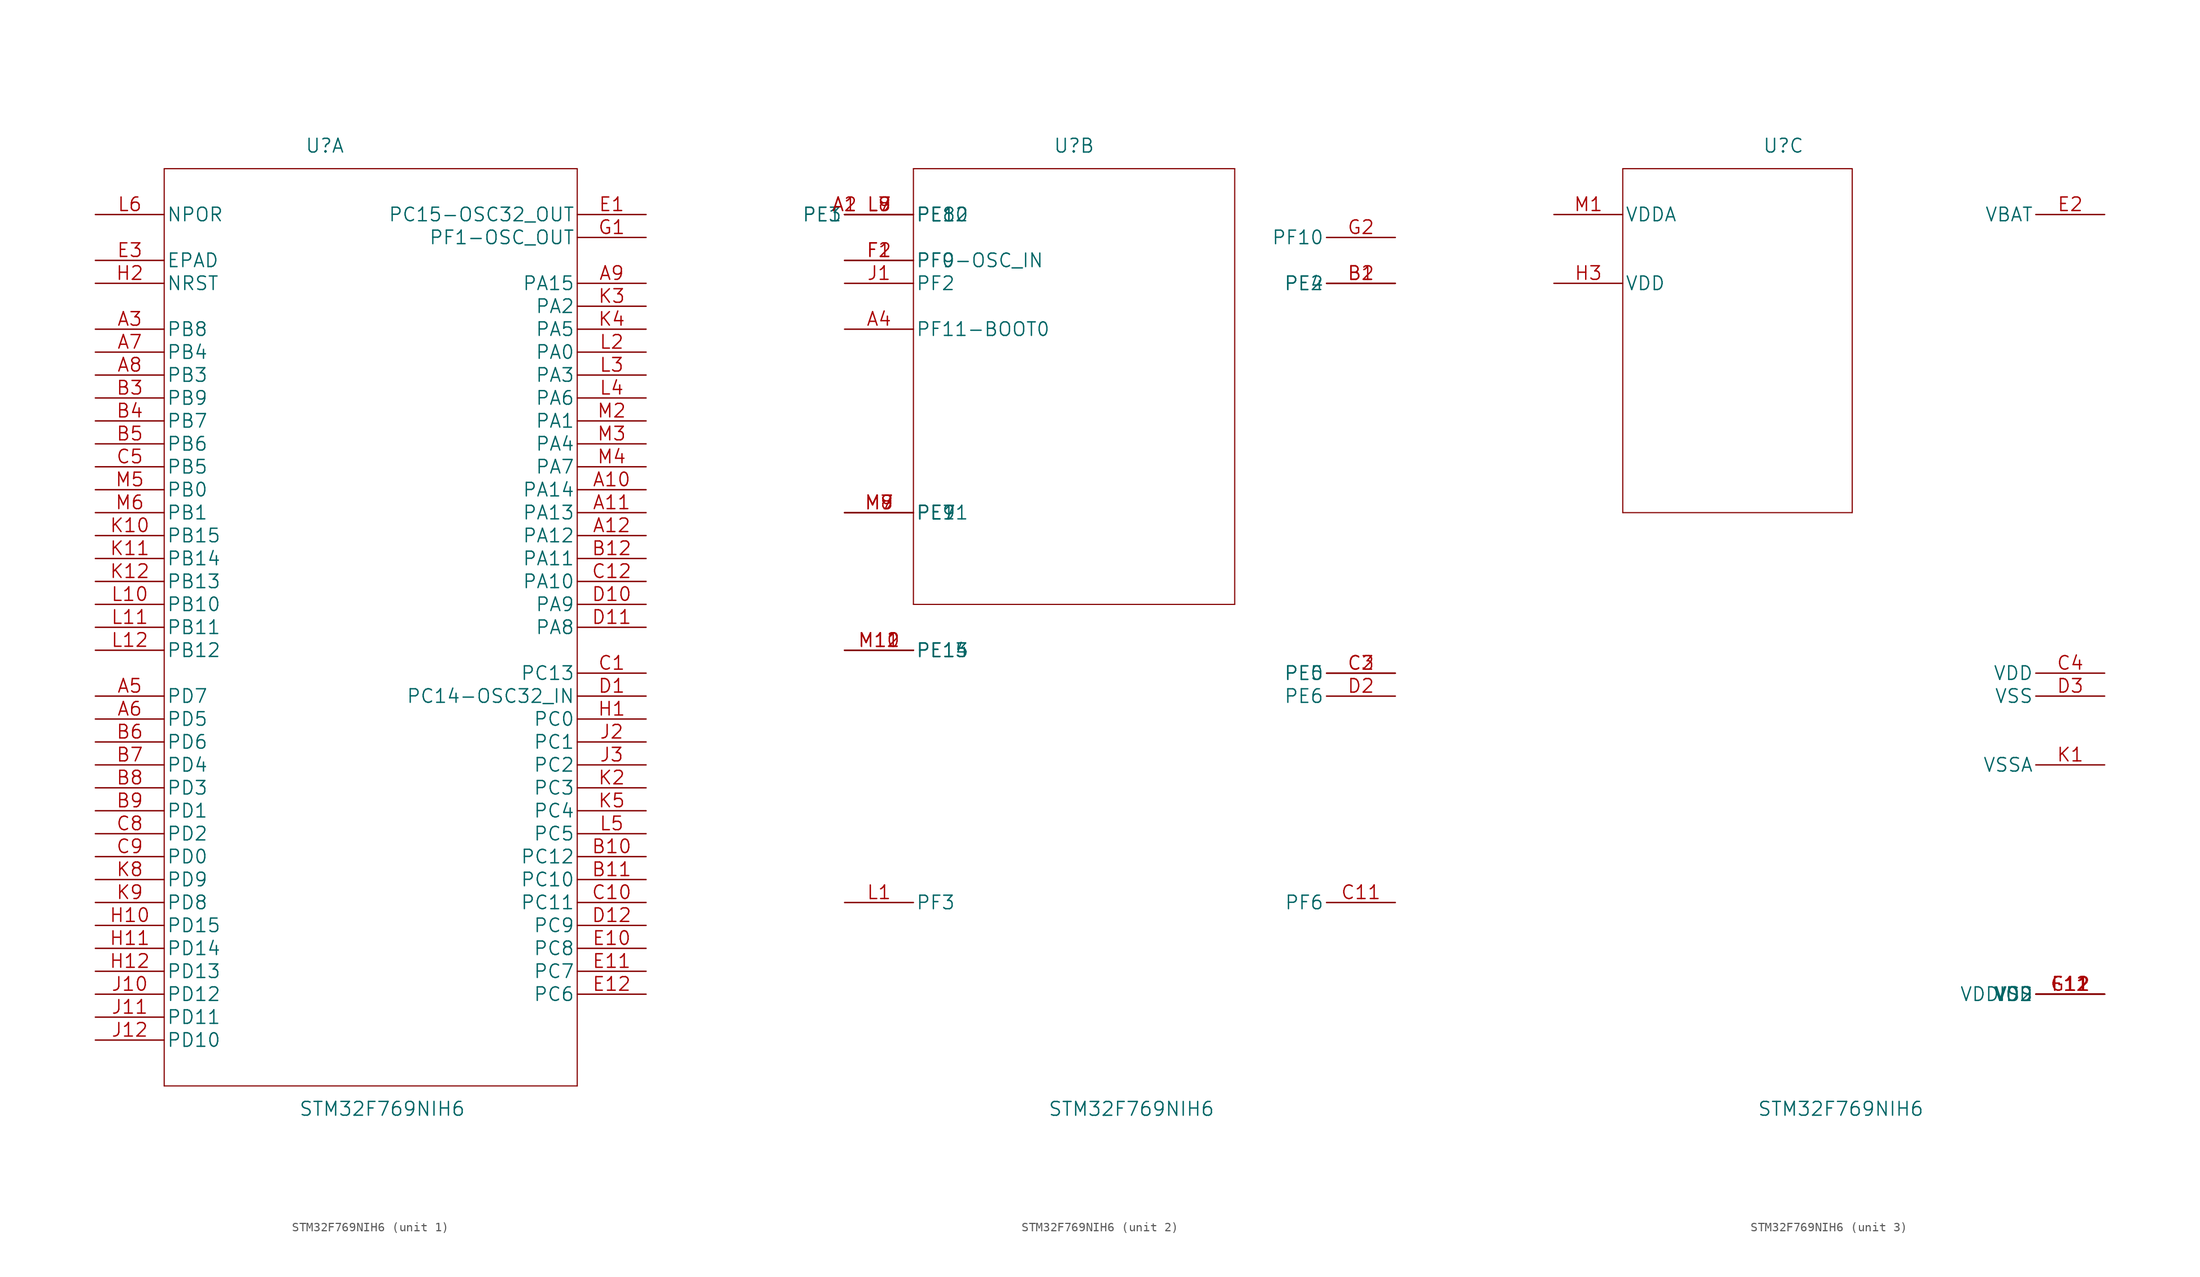
<source format=kicad_sym>
(kicad_symbol_lib
  (version 20211014)
  (generator kicad_symbol_editor)
  (symbol "STM32F769NIH6"
    (pin_names
      (offset 0.254))
    (property "Reference" "U"
      (at 25.4 7.62 0)
      (effects (font (size 1.524 1.524))))
    (property "Value" "STM32F769NIH6"
      (at 31.75 -99.06 0)
      (effects (font (size 1.524 1.524))))
    (property "Datasheet" ""
      (at 0 0 0)
      (effects (font (size 1.524 1.524))))
    (symbol "STM32F769NIH6_1_1"
      (polyline (pts (xy 7.62 -96.52) (xy 53.34 -96.52)) (stroke (width 0.127) (type default) (color 0 0 0 0)) (fill (type none)))
      (polyline (pts (xy 7.62 5.08) (xy 7.62 -96.52)) (stroke (width 0.127) (type default) (color 0 0 0 0)) (fill (type none)))
      (polyline (pts (xy 53.34 -96.52) (xy 53.34 5.08)) (stroke (width 0.127) (type default) (color 0 0 0 0)) (fill (type none)))
      (polyline (pts (xy 53.34 5.08) (xy 7.62 5.08)) (stroke (width 0.127) (type default) (color 0 0 0 0)) (fill (type none)))
      (pin bidirectional line (at 60.96 -30.48 180) (length 7.62) (name "PA14" (effects (font (size 1.499 1.499)))) (number "A10" (effects (font (size 1.499 1.499)))))
      (pin bidirectional line (at 60.96 -33.02 180) (length 7.62) (name "PA13" (effects (font (size 1.499 1.499)))) (number "A11" (effects (font (size 1.499 1.499)))))
      (pin bidirectional line (at 60.96 -35.56 180) (length 7.62) (name "PA12" (effects (font (size 1.499 1.499)))) (number "A12" (effects (font (size 1.499 1.499)))))
      (pin bidirectional line (at 0 -12.7 0) (length 7.62) (name "PB8" (effects (font (size 1.499 1.499)))) (number "A3" (effects (font (size 1.499 1.499)))))
      (pin bidirectional line (at 0 -53.34 0) (length 7.62) (name "PD7" (effects (font (size 1.499 1.499)))) (number "A5" (effects (font (size 1.499 1.499)))))
      (pin bidirectional line (at 0 -55.88 0) (length 7.62) (name "PD5" (effects (font (size 1.499 1.499)))) (number "A6" (effects (font (size 1.499 1.499)))))
      (pin bidirectional line (at 0 -15.24 0) (length 7.62) (name "PB4" (effects (font (size 1.499 1.499)))) (number "A7" (effects (font (size 1.499 1.499)))))
      (pin bidirectional line (at 0 -17.78 0) (length 7.62) (name "PB3" (effects (font (size 1.499 1.499)))) (number "A8" (effects (font (size 1.499 1.499)))))
      (pin bidirectional line (at 60.96 -7.62 180) (length 7.62) (name "PA15" (effects (font (size 1.499 1.499)))) (number "A9" (effects (font (size 1.499 1.499)))))
      (pin bidirectional line (at 60.96 -71.12 180) (length 7.62) (name "PC12" (effects (font (size 1.499 1.499)))) (number "B10" (effects (font (size 1.499 1.499)))))
      (pin bidirectional line (at 60.96 -73.66 180) (length 7.62) (name "PC10" (effects (font (size 1.499 1.499)))) (number "B11" (effects (font (size 1.499 1.499)))))
      (pin bidirectional line (at 60.96 -38.1 180) (length 7.62) (name "PA11" (effects (font (size 1.499 1.499)))) (number "B12" (effects (font (size 1.499 1.499)))))
      (pin bidirectional line (at 0 -20.32 0) (length 7.62) (name "PB9" (effects (font (size 1.499 1.499)))) (number "B3" (effects (font (size 1.499 1.499)))))
      (pin bidirectional line (at 0 -22.86 0) (length 7.62) (name "PB7" (effects (font (size 1.499 1.499)))) (number "B4" (effects (font (size 1.499 1.499)))))
      (pin bidirectional line (at 0 -25.4 0) (length 7.62) (name "PB6" (effects (font (size 1.499 1.499)))) (number "B5" (effects (font (size 1.499 1.499)))))
      (pin bidirectional line (at 0 -58.42 0) (length 7.62) (name "PD6" (effects (font (size 1.499 1.499)))) (number "B6" (effects (font (size 1.499 1.499)))))
      (pin bidirectional line (at 0 -60.96 0) (length 7.62) (name "PD4" (effects (font (size 1.499 1.499)))) (number "B7" (effects (font (size 1.499 1.499)))))
      (pin bidirectional line (at 0 -63.5 0) (length 7.62) (name "PD3" (effects (font (size 1.499 1.499)))) (number "B8" (effects (font (size 1.499 1.499)))))
      (pin bidirectional line (at 0 -66.04 0) (length 7.62) (name "PD1" (effects (font (size 1.499 1.499)))) (number "B9" (effects (font (size 1.499 1.499)))))
      (pin bidirectional line (at 60.96 -50.8 180) (length 7.62) (name "PC13" (effects (font (size 1.499 1.499)))) (number "C1" (effects (font (size 1.499 1.499)))))
      (pin bidirectional line (at 60.96 -76.2 180) (length 7.62) (name "PC11" (effects (font (size 1.499 1.499)))) (number "C10" (effects (font (size 1.499 1.499)))))
      (pin bidirectional line (at 60.96 -40.64 180) (length 7.62) (name "PA10" (effects (font (size 1.499 1.499)))) (number "C12" (effects (font (size 1.499 1.499)))))
      (pin bidirectional line (at 0 -27.94 0) (length 7.62) (name "PB5" (effects (font (size 1.499 1.499)))) (number "C5" (effects (font (size 1.499 1.499)))))
      (pin bidirectional line (at 0 -68.58 0) (length 7.62) (name "PD2" (effects (font (size 1.499 1.499)))) (number "C8" (effects (font (size 1.499 1.499)))))
      (pin bidirectional line (at 0 -71.12 0) (length 7.62) (name "PD0" (effects (font (size 1.499 1.499)))) (number "C9" (effects (font (size 1.499 1.499)))))
      (pin bidirectional line (at 60.96 -53.34 180) (length 7.62) (name "PC14-OSC32_IN" (effects (font (size 1.499 1.499)))) (number "D1" (effects (font (size 1.499 1.499)))))
      (pin bidirectional line (at 60.96 -43.18 180) (length 7.62) (name "PA9" (effects (font (size 1.499 1.499)))) (number "D10" (effects (font (size 1.499 1.499)))))
      (pin bidirectional line (at 60.96 -45.72 180) (length 7.62) (name "PA8" (effects (font (size 1.499 1.499)))) (number "D11" (effects (font (size 1.499 1.499)))))
      (pin bidirectional line (at 60.96 -78.74 180) (length 7.62) (name "PC9" (effects (font (size 1.499 1.499)))) (number "D12" (effects (font (size 1.499 1.499)))))
      (pin bidirectional line (at 60.96 0 180) (length 7.62) (name "PC15-OSC32_OUT" (effects (font (size 1.499 1.499)))) (number "E1" (effects (font (size 1.499 1.499)))))
      (pin bidirectional line (at 60.96 -81.28 180) (length 7.62) (name "PC8" (effects (font (size 1.499 1.499)))) (number "E10" (effects (font (size 1.499 1.499)))))
      (pin bidirectional line (at 60.96 -83.82 180) (length 7.62) (name "PC7" (effects (font (size 1.499 1.499)))) (number "E11" (effects (font (size 1.499 1.499)))))
      (pin bidirectional line (at 60.96 -86.36 180) (length 7.62) (name "PC6" (effects (font (size 1.499 1.499)))) (number "E12" (effects (font (size 1.499 1.499)))))
      (pin unspecified line (at 0 -5.08 0) (length 7.62) (name "EPAD" (effects (font (size 1.499 1.499)))) (number "E3" (effects (font (size 1.499 1.499)))))
      (pin bidirectional line (at 60.96 -2.54 180) (length 7.62) (name "PF1-OSC_OUT" (effects (font (size 1.499 1.499)))) (number "G1" (effects (font (size 1.499 1.499)))))
      (pin bidirectional line (at 60.96 -55.88 180) (length 7.62) (name "PC0" (effects (font (size 1.499 1.499)))) (number "H1" (effects (font (size 1.499 1.499)))))
      (pin bidirectional line (at 0 -78.74 0) (length 7.62) (name "PD15" (effects (font (size 1.499 1.499)))) (number "H10" (effects (font (size 1.499 1.499)))))
      (pin bidirectional line (at 0 -81.28 0) (length 7.62) (name "PD14" (effects (font (size 1.499 1.499)))) (number "H11" (effects (font (size 1.499 1.499)))))
      (pin bidirectional line (at 0 -83.82 0) (length 7.62) (name "PD13" (effects (font (size 1.499 1.499)))) (number "H12" (effects (font (size 1.499 1.499)))))
      (pin bidirectional line (at 0 -7.62 0) (length 7.62) (name "NRST" (effects (font (size 1.499 1.499)))) (number "H2" (effects (font (size 1.499 1.499)))))
      (pin bidirectional line (at 0 -86.36 0) (length 7.62) (name "PD12" (effects (font (size 1.499 1.499)))) (number "J10" (effects (font (size 1.499 1.499)))))
      (pin bidirectional line (at 0 -88.9 0) (length 7.62) (name "PD11" (effects (font (size 1.499 1.499)))) (number "J11" (effects (font (size 1.499 1.499)))))
      (pin bidirectional line (at 0 -91.44 0) (length 7.62) (name "PD10" (effects (font (size 1.499 1.499)))) (number "J12" (effects (font (size 1.499 1.499)))))
      (pin bidirectional line (at 60.96 -58.42 180) (length 7.62) (name "PC1" (effects (font (size 1.499 1.499)))) (number "J2" (effects (font (size 1.499 1.499)))))
      (pin bidirectional line (at 60.96 -60.96 180) (length 7.62) (name "PC2" (effects (font (size 1.499 1.499)))) (number "J3" (effects (font (size 1.499 1.499)))))
      (pin bidirectional line (at 0 -35.56 0) (length 7.62) (name "PB15" (effects (font (size 1.499 1.499)))) (number "K10" (effects (font (size 1.499 1.499)))))
      (pin bidirectional line (at 0 -38.1 0) (length 7.62) (name "PB14" (effects (font (size 1.499 1.499)))) (number "K11" (effects (font (size 1.499 1.499)))))
      (pin bidirectional line (at 0 -40.64 0) (length 7.62) (name "PB13" (effects (font (size 1.499 1.499)))) (number "K12" (effects (font (size 1.499 1.499)))))
      (pin bidirectional line (at 60.96 -63.5 180) (length 7.62) (name "PC3" (effects (font (size 1.499 1.499)))) (number "K2" (effects (font (size 1.499 1.499)))))
      (pin bidirectional line (at 60.96 -10.16 180) (length 7.62) (name "PA2" (effects (font (size 1.499 1.499)))) (number "K3" (effects (font (size 1.499 1.499)))))
      (pin bidirectional line (at 60.96 -12.7 180) (length 7.62) (name "PA5" (effects (font (size 1.499 1.499)))) (number "K4" (effects (font (size 1.499 1.499)))))
      (pin bidirectional line (at 60.96 -66.04 180) (length 7.62) (name "PC4" (effects (font (size 1.499 1.499)))) (number "K5" (effects (font (size 1.499 1.499)))))
      (pin bidirectional line (at 0 -73.66 0) (length 7.62) (name "PD9" (effects (font (size 1.499 1.499)))) (number "K8" (effects (font (size 1.499 1.499)))))
      (pin bidirectional line (at 0 -76.2 0) (length 7.62) (name "PD8" (effects (font (size 1.499 1.499)))) (number "K9" (effects (font (size 1.499 1.499)))))
      (pin bidirectional line (at 0 -43.18 0) (length 7.62) (name "PB10" (effects (font (size 1.499 1.499)))) (number "L10" (effects (font (size 1.499 1.499)))))
      (pin bidirectional line (at 0 -45.72 0) (length 7.62) (name "PB11" (effects (font (size 1.499 1.499)))) (number "L11" (effects (font (size 1.499 1.499)))))
      (pin bidirectional line (at 0 -48.26 0) (length 7.62) (name "PB12" (effects (font (size 1.499 1.499)))) (number "L12" (effects (font (size 1.499 1.499)))))
      (pin bidirectional line (at 60.96 -15.24 180) (length 7.62) (name "PA0" (effects (font (size 1.499 1.499)))) (number "L2" (effects (font (size 1.499 1.499)))))
      (pin bidirectional line (at 60.96 -17.78 180) (length 7.62) (name "PA3" (effects (font (size 1.499 1.499)))) (number "L3" (effects (font (size 1.499 1.499)))))
      (pin bidirectional line (at 60.96 -20.32 180) (length 7.62) (name "PA6" (effects (font (size 1.499 1.499)))) (number "L4" (effects (font (size 1.499 1.499)))))
      (pin bidirectional line (at 60.96 -68.58 180) (length 7.62) (name "PC5" (effects (font (size 1.499 1.499)))) (number "L5" (effects (font (size 1.499 1.499)))))
      (pin input line (at 0 0 0) (length 7.62) (name "NPOR" (effects (font (size 1.499 1.499)))) (number "L6" (effects (font (size 1.499 1.499)))))
      (pin bidirectional line (at 60.96 -22.86 180) (length 7.62) (name "PA1" (effects (font (size 1.499 1.499)))) (number "M2" (effects (font (size 1.499 1.499)))))
      (pin bidirectional line (at 60.96 -25.4 180) (length 7.62) (name "PA4" (effects (font (size 1.499 1.499)))) (number "M3" (effects (font (size 1.499 1.499)))))
      (pin bidirectional line (at 60.96 -27.94 180) (length 7.62) (name "PA7" (effects (font (size 1.499 1.499)))) (number "M4" (effects (font (size 1.499 1.499)))))
      (pin bidirectional line (at 0 -30.48 0) (length 7.62) (name "PB0" (effects (font (size 1.499 1.499)))) (number "M5" (effects (font (size 1.499 1.499)))))
      (pin bidirectional line (at 0 -33.02 0) (length 7.62) (name "PB1" (effects (font (size 1.499 1.499)))) (number "M6" (effects (font (size 1.499 1.499))))))
    (symbol "STM32F769NIH6_2_1"
      (polyline (pts (xy 7.62 -43.18) (xy 43.18 -43.18)) (stroke (width 0.127) (type default) (color 0 0 0 0)) (fill (type none)))
      (polyline (pts (xy 7.62 5.08) (xy 7.62 -43.18)) (stroke (width 0.127) (type default) (color 0 0 0 0)) (fill (type none)))
      (polyline (pts (xy 43.18 -43.18) (xy 43.18 5.08)) (stroke (width 0.127) (type default) (color 0 0 0 0)) (fill (type none)))
      (polyline (pts (xy 43.18 5.08) (xy 7.62 5.08)) (stroke (width 0.127) (type default) (color 0 0 0 0)) (fill (type none)))
      (pin bidirectional line (at 0 0 180) (length 0) (name "PE3" (effects (font (size 1.499 1.499)))) (number "A1" (effects (font (size 1.499 1.499)))))
      (pin bidirectional line (at 0 0 180) (length 0) (name "PE1" (effects (font (size 1.499 1.499)))) (number "A2" (effects (font (size 1.499 1.499)))))
      (pin bidirectional line (at 0 -12.7 0) (length 7.62) (name "PF11-BOOT0" (effects (font (size 1.499 1.499)))) (number "A4" (effects (font (size 1.499 1.499)))))
      (pin bidirectional line (at 60.96 -7.62 180) (length 7.62) (name "PE4" (effects (font (size 1.499 1.499)))) (number "B1" (effects (font (size 1.499 1.499)))))
      (pin bidirectional line (at 60.96 -7.62 180) (length 7.62) (name "PE2" (effects (font (size 1.499 1.499)))) (number "B2" (effects (font (size 1.499 1.499)))))
      (pin bidirectional line (at 60.96 -76.2 180) (length 7.62) (name "PF6" (effects (font (size 1.499 1.499)))) (number "C11" (effects (font (size 1.499 1.499)))))
      (pin bidirectional line (at 60.96 -50.8 180) (length 7.62) (name "PE5" (effects (font (size 1.499 1.499)))) (number "C2" (effects (font (size 1.499 1.499)))))
      (pin bidirectional line (at 60.96 -50.8 180) (length 7.62) (name "PE0" (effects (font (size 1.499 1.499)))) (number "C3" (effects (font (size 1.499 1.499)))))
      (pin bidirectional line (at 60.96 -53.34 180) (length 7.62) (name "PE6" (effects (font (size 1.499 1.499)))) (number "D2" (effects (font (size 1.499 1.499)))))
      (pin bidirectional line (at 0 -5.08 0) (length 7.62) (name "PF0-OSC_IN" (effects (font (size 1.499 1.499)))) (number "F1" (effects (font (size 1.499 1.499)))))
      (pin bidirectional line (at 0 -5.08 0) (length 7.62) (name "PF9" (effects (font (size 1.499 1.499)))) (number "F2" (effects (font (size 1.499 1.499)))))
      (pin bidirectional line (at 60.96 -2.54 180) (length 7.62) (name "PF10" (effects (font (size 1.499 1.499)))) (number "G2" (effects (font (size 1.499 1.499)))))
      (pin bidirectional line (at 0 -7.62 0) (length 7.62) (name "PF2" (effects (font (size 1.499 1.499)))) (number "J1" (effects (font (size 1.499 1.499)))))
      (pin bidirectional line (at 0 -76.2 0) (length 7.62) (name "PF3" (effects (font (size 1.499 1.499)))) (number "L1" (effects (font (size 1.499 1.499)))))
      (pin bidirectional line (at 0 0 0) (length 7.62) (name "PE8" (effects (font (size 1.499 1.499)))) (number "L7" (effects (font (size 1.499 1.499)))))
      (pin bidirectional line (at 0 0 0) (length 7.62) (name "PE10" (effects (font (size 1.499 1.499)))) (number "L8" (effects (font (size 1.499 1.499)))))
      (pin bidirectional line (at 0 0 0) (length 7.62) (name "PE12" (effects (font (size 1.499 1.499)))) (number "L9" (effects (font (size 1.499 1.499)))))
      (pin bidirectional line (at 0 -48.26 0) (length 7.62) (name "PE13" (effects (font (size 1.499 1.499)))) (number "M10" (effects (font (size 1.499 1.499)))))
      (pin bidirectional line (at 0 -48.26 0) (length 7.62) (name "PE14" (effects (font (size 1.499 1.499)))) (number "M11" (effects (font (size 1.499 1.499)))))
      (pin bidirectional line (at 0 -48.26 0) (length 7.62) (name "PE15" (effects (font (size 1.499 1.499)))) (number "M12" (effects (font (size 1.499 1.499)))))
      (pin bidirectional line (at 0 -33.02 0) (length 7.62) (name "PE7" (effects (font (size 1.499 1.499)))) (number "M7" (effects (font (size 1.499 1.499)))))
      (pin bidirectional line (at 0 -33.02 0) (length 7.62) (name "PE9" (effects (font (size 1.499 1.499)))) (number "M8" (effects (font (size 1.499 1.499)))))
      (pin bidirectional line (at 0 -33.02 0) (length 7.62) (name "PE11" (effects (font (size 1.499 1.499)))) (number "M9" (effects (font (size 1.499 1.499))))))
    (symbol "STM32F769NIH6_3_1"
      (polyline (pts (xy 7.62 -33.02) (xy 33.02 -33.02)) (stroke (width 0.127) (type default) (color 0 0 0 0)) (fill (type none)))
      (polyline (pts (xy 7.62 5.08) (xy 7.62 -33.02)) (stroke (width 0.127) (type default) (color 0 0 0 0)) (fill (type none)))
      (polyline (pts (xy 33.02 -33.02) (xy 33.02 5.08)) (stroke (width 0.127) (type default) (color 0 0 0 0)) (fill (type none)))
      (polyline (pts (xy 33.02 5.08) (xy 7.62 5.08)) (stroke (width 0.127) (type default) (color 0 0 0 0)) (fill (type none)))
      (pin power_in line (at 60.96 -50.8 180) (length 7.62) (name "VDD" (effects (font (size 1.499 1.499)))) (number "C4" (effects (font (size 1.499 1.499)))))
      (pin power_in line (at 60.96 -53.34 180) (length 7.62) (name "VSS" (effects (font (size 1.499 1.499)))) (number "D3" (effects (font (size 1.499 1.499)))))
      (pin power_in line (at 60.96 0 180) (length 7.62) (name "VBAT" (effects (font (size 1.499 1.499)))) (number "E2" (effects (font (size 1.499 1.499)))))
      (pin power_in line (at 60.96 -86.36 180) (length 7.62) (name "VSS" (effects (font (size 1.499 1.499)))) (number "F11" (effects (font (size 1.499 1.499)))))
      (pin power_in line (at 60.96 -86.36 180) (length 7.62) (name "VSS" (effects (font (size 1.499 1.499)))) (number "F12" (effects (font (size 1.499 1.499)))))
      (pin power_in line (at 60.96 -86.36 180) (length 7.62) (name "VDDIO2" (effects (font (size 1.499 1.499)))) (number "G11" (effects (font (size 1.499 1.499)))))
      (pin power_in line (at 60.96 -86.36 180) (length 7.62) (name "VDD" (effects (font (size 1.499 1.499)))) (number "G12" (effects (font (size 1.499 1.499)))))
      (pin power_in line (at 0 -7.62 0) (length 7.62) (name "VDD" (effects (font (size 1.499 1.499)))) (number "H3" (effects (font (size 1.499 1.499)))))
      (pin power_in line (at 60.96 -60.96 180) (length 7.62) (name "VSSA" (effects (font (size 1.499 1.499)))) (number "K1" (effects (font (size 1.499 1.499)))))
      (pin power_in line (at 0 0 0) (length 7.62) (name "VDDA" (effects (font (size 1.499 1.499)))) (number "M1" (effects (font (size 1.499 1.499))))))))
</source>
